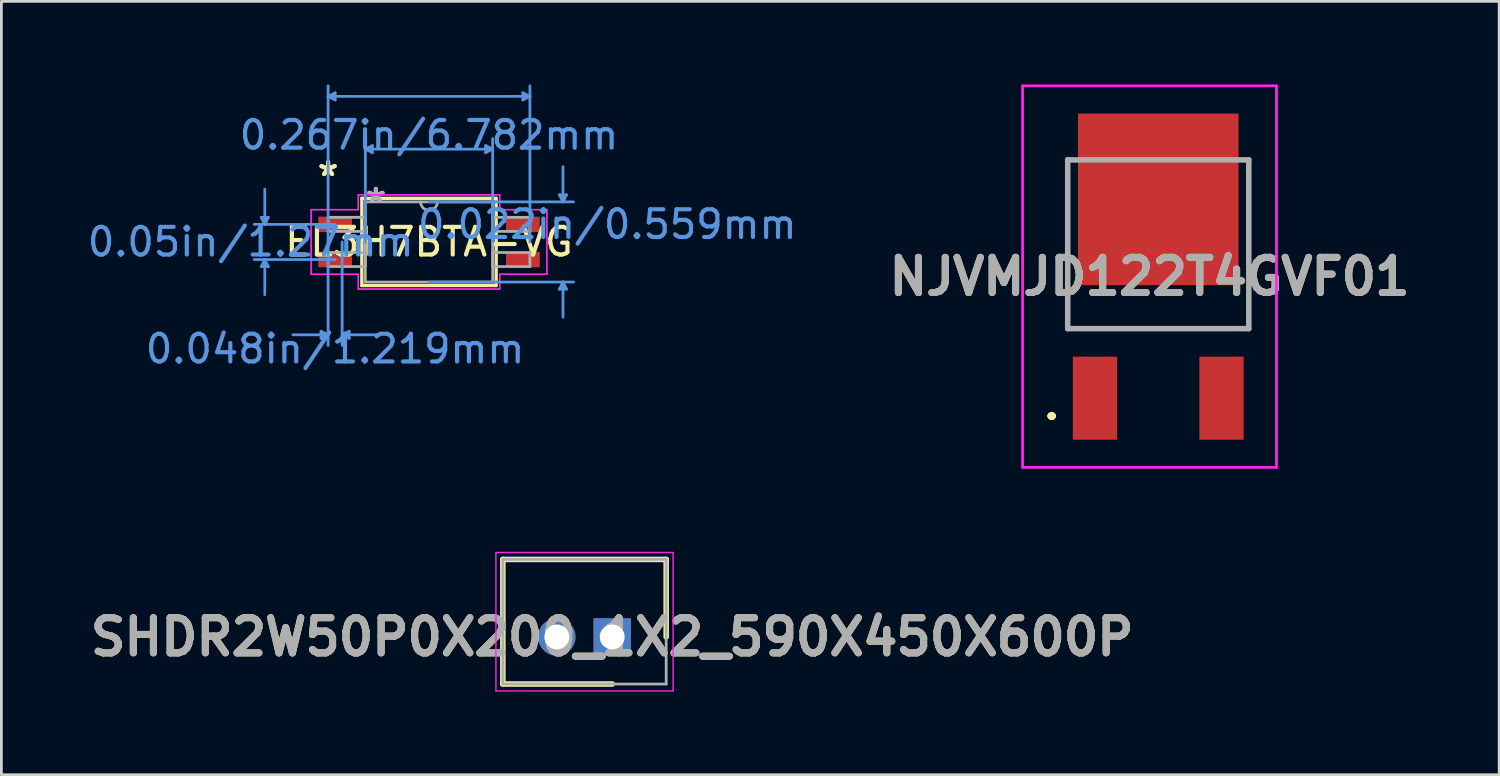
<source format=kicad_pcb>
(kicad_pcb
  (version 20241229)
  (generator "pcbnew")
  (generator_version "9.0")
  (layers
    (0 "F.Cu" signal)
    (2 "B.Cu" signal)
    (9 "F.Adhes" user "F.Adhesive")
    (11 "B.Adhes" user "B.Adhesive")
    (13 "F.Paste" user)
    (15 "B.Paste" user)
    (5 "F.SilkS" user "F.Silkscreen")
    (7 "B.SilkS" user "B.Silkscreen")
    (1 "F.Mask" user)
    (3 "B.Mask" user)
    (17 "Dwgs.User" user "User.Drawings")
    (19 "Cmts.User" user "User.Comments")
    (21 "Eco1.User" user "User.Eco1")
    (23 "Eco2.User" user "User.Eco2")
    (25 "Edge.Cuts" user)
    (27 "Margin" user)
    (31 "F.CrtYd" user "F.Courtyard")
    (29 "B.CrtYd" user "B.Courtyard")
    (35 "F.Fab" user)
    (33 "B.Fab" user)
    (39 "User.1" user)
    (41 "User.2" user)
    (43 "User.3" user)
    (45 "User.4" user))
  (footprint "SHDR2W50P0X200_1X2_590X450X600P"
    (layer "F.Cu")
    (at 19.062 19.956)
    (property "Reference" "SHDR2W50P0X200_1X2_590X450X600P" (at 0 0 0) (layer "F.SilkS") (effects (font (size 1.27 1.27) (thickness 0.254))))
    (attr through_hole)
    (fp_line (start -3.95 -2.8) (end 1.95 -2.8) (stroke (width 0.2) (type solid)) (layer "F.SilkS"))
    (fp_line (start -3.95 1.7) (end -3.95 -2.8) (stroke (width 0.2) (type solid)) (layer "F.SilkS"))
    (fp_line (start 0 1.7) (end -3.95 1.7) (stroke (width 0.2) (type solid)) (layer "F.SilkS"))
    (fp_line (start 1.95 -2.8) (end 1.95 0) (stroke (width 0.2) (type solid)) (layer "F.SilkS"))
    (fp_line (start -4.2 -3.05) (end 2.2 -3.05) (stroke (width 0.05) (type solid)) (layer "F.CrtYd"))
    (fp_line (start -4.2 1.95) (end -4.2 -3.05) (stroke (width 0.05) (type solid)) (layer "F.CrtYd"))
    (fp_line (start 2.2 -3.05) (end 2.2 1.95) (stroke (width 0.05) (type solid)) (layer "F.CrtYd"))
    (fp_line (start 2.2 1.95) (end -4.2 1.95) (stroke (width 0.05) (type solid)) (layer "F.CrtYd"))
    (fp_line (start -3.95 -2.8) (end 1.95 -2.8) (stroke (width 0.1) (type solid)) (layer "F.Fab"))
    (fp_line (start -3.95 1.7) (end -3.95 -2.8) (stroke (width 0.1) (type solid)) (layer "F.Fab"))
    (fp_line (start 1.95 -2.8) (end 1.95 1.7) (stroke (width 0.1) (type solid)) (layer "F.Fab"))
    (fp_line (start 1.95 1.7) (end -3.95 1.7) (stroke (width 0.1) (type solid)) (layer "F.Fab"))
    (fp_text user "${REFERENCE}" (at 0 0 0) (layer "F.Fab") (effects (font (size 1.27 1.27) (thickness 0.254))))
    (pad "1" thru_hole rect (at 0 0) (size 1.35 1.35) (drill 0.9) (layers "*.Cu" "*.Mask"))
    (pad "2" thru_hole circle (at -2 0) (size 1.35 1.35) (drill 0.9) (layers "*.Cu" "*.Mask")))
  (footprint "EL3H7BTA-VG"
    (layer "F.Cu")
    (at 12.445 5.689)
    (property "Reference" "EL3H7BTA-VG" (at 0 0 0) (layer "F.SilkS") (effects (font (size 1 1) (thickness 0.15))))
    (attr through_hole)
    (fp_line (start -2.426 -1.575) (end -2.426 1.575) (stroke (width 0.12) (type solid)) (layer "F.SilkS"))
    (fp_line (start -2.426 1.575) (end 2.426 1.575) (stroke (width 0.12) (type solid)) (layer "F.SilkS"))
    (fp_line (start 2.426 -1.575) (end -2.426 -1.575) (stroke (width 0.12) (type solid)) (layer "F.SilkS"))
    (fp_line (start 2.426 1.575) (end 2.426 -1.575) (stroke (width 0.12) (type solid)) (layer "F.SilkS"))
    (fp_line (start -6.058 -0.889) (end -5.804 -0.889) (stroke (width 0.1) (type solid)) (layer "Cmts.User"))
    (fp_line (start -6.058 0.889) (end -5.804 0.889) (stroke (width 0.1) (type solid)) (layer "Cmts.User"))
    (fp_line (start -5.931 -0.635) (end -6.058 -0.889) (stroke (width 0.1) (type solid)) (layer "Cmts.User"))
    (fp_line (start -5.931 -0.635) (end -5.931 -1.905) (stroke (width 0.1) (type solid)) (layer "Cmts.User"))
    (fp_line (start -5.931 -0.635) (end -5.804 -0.889) (stroke (width 0.1) (type solid)) (layer "Cmts.User"))
    (fp_line (start -5.931 0.635) (end -6.058 0.889) (stroke (width 0.1) (type solid)) (layer "Cmts.User"))
    (fp_line (start -5.931 0.635) (end -5.931 1.905) (stroke (width 0.1) (type solid)) (layer "Cmts.User"))
    (fp_line (start -5.931 0.635) (end -5.804 0.889) (stroke (width 0.1) (type solid)) (layer "Cmts.User"))
    (fp_line (start -3.899 3.226) (end -3.899 3.48) (stroke (width 0.1) (type solid)) (layer "Cmts.User"))
    (fp_line (start -3.645 -5.258) (end -3.391 -5.385) (stroke (width 0.1) (type solid)) (layer "Cmts.User"))
    (fp_line (start -3.645 -5.258) (end -3.391 -5.131) (stroke (width 0.1) (type solid)) (layer "Cmts.User"))
    (fp_line (start -3.645 -5.258) (end 3.645 -5.258) (stroke (width 0.1) (type solid)) (layer "Cmts.User"))
    (fp_line (start -3.645 0) (end -3.645 -5.639) (stroke (width 0.1) (type solid)) (layer "Cmts.User"))
    (fp_line (start -3.645 0) (end -3.645 3.734) (stroke (width 0.1) (type solid)) (layer "Cmts.User"))
    (fp_line (start -3.645 3.353) (end -4.915 3.353) (stroke (width 0.1) (type solid)) (layer "Cmts.User"))
    (fp_line (start -3.645 3.353) (end -3.899 3.226) (stroke (width 0.1) (type solid)) (layer "Cmts.User"))
    (fp_line (start -3.645 3.353) (end -3.899 3.48) (stroke (width 0.1) (type solid)) (layer "Cmts.User"))
    (fp_line (start -3.391 -5.385) (end -3.391 -5.131) (stroke (width 0.1) (type solid)) (layer "Cmts.User"))
    (fp_line (start -3.391 -0.635) (end -6.312 -0.635) (stroke (width 0.1) (type solid)) (layer "Cmts.User"))
    (fp_line (start -3.391 0.635) (end -6.312 0.635) (stroke (width 0.1) (type solid)) (layer "Cmts.User"))
    (fp_line (start -3.137 0) (end -3.137 3.734) (stroke (width 0.1) (type solid)) (layer "Cmts.User"))
    (fp_line (start -3.137 3.353) (end -2.883 3.226) (stroke (width 0.1) (type solid)) (layer "Cmts.User"))
    (fp_line (start -3.137 3.353) (end -2.883 3.48) (stroke (width 0.1) (type solid)) (layer "Cmts.User"))
    (fp_line (start -3.137 3.353) (end -1.867 3.353) (stroke (width 0.1) (type solid)) (layer "Cmts.User"))
    (fp_line (start -2.883 3.226) (end -2.883 3.48) (stroke (width 0.1) (type solid)) (layer "Cmts.User"))
    (fp_line (start -2.299 -3.353) (end -2.045 -3.48) (stroke (width 0.1) (type solid)) (layer "Cmts.User"))
    (fp_line (start -2.299 -3.353) (end -2.045 -3.226) (stroke (width 0.1) (type solid)) (layer "Cmts.User"))
    (fp_line (start -2.299 -3.353) (end 2.299 -3.353) (stroke (width 0.1) (type solid)) (layer "Cmts.User"))
    (fp_line (start -2.299 0) (end -2.299 -3.734) (stroke (width 0.1) (type solid)) (layer "Cmts.User"))
    (fp_line (start -2.045 -3.48) (end -2.045 -3.226) (stroke (width 0.1) (type solid)) (layer "Cmts.User"))
    (fp_line (start 0 -1.448) (end 5.22 -1.448) (stroke (width 0.1) (type solid)) (layer "Cmts.User"))
    (fp_line (start 0 1.448) (end 5.22 1.448) (stroke (width 0.1) (type solid)) (layer "Cmts.User"))
    (fp_line (start 2.045 -3.48) (end 2.045 -3.226) (stroke (width 0.1) (type solid)) (layer "Cmts.User"))
    (fp_line (start 2.299 -3.353) (end 2.045 -3.48) (stroke (width 0.1) (type solid)) (layer "Cmts.User"))
    (fp_line (start 2.299 -3.353) (end 2.045 -3.226) (stroke (width 0.1) (type solid)) (layer "Cmts.User"))
    (fp_line (start 2.299 0) (end 2.299 -3.734) (stroke (width 0.1) (type solid)) (layer "Cmts.User"))
    (fp_line (start 3.391 -5.385) (end 3.391 -5.131) (stroke (width 0.1) (type solid)) (layer "Cmts.User"))
    (fp_line (start 3.645 -5.258) (end 3.391 -5.385) (stroke (width 0.1) (type solid)) (layer "Cmts.User"))
    (fp_line (start 3.645 -5.258) (end 3.391 -5.131) (stroke (width 0.1) (type solid)) (layer "Cmts.User"))
    (fp_line (start 3.645 0) (end 3.645 -5.639) (stroke (width 0.1) (type solid)) (layer "Cmts.User"))
    (fp_line (start 4.712 -1.702) (end 4.966 -1.702) (stroke (width 0.1) (type solid)) (layer "Cmts.User"))
    (fp_line (start 4.712 1.702) (end 4.966 1.702) (stroke (width 0.1) (type solid)) (layer "Cmts.User"))
    (fp_line (start 4.839 -1.448) (end 4.712 -1.702) (stroke (width 0.1) (type solid)) (layer "Cmts.User"))
    (fp_line (start 4.839 -1.448) (end 4.839 -2.718) (stroke (width 0.1) (type solid)) (layer "Cmts.User"))
    (fp_line (start 4.839 -1.448) (end 4.966 -1.702) (stroke (width 0.1) (type solid)) (layer "Cmts.User"))
    (fp_line (start 4.839 1.448) (end 4.712 1.702) (stroke (width 0.1) (type solid)) (layer "Cmts.User"))
    (fp_line (start 4.839 1.448) (end 4.839 2.718) (stroke (width 0.1) (type solid)) (layer "Cmts.User"))
    (fp_line (start 4.839 1.448) (end 4.966 1.702) (stroke (width 0.1) (type solid)) (layer "Cmts.User"))
    (fp_line (start -4.255 -1.168) (end -2.553 -1.168) (stroke (width 0.05) (type solid)) (layer "F.CrtYd"))
    (fp_line (start -4.255 -1.168) (end -2.553 -1.168) (stroke (width 0.05) (type solid)) (layer "F.CrtYd"))
    (fp_line (start -4.255 1.168) (end -4.255 -1.168) (stroke (width 0.05) (type solid)) (layer "F.CrtYd"))
    (fp_line (start -4.255 1.168) (end -4.255 -1.168) (stroke (width 0.05) (type solid)) (layer "F.CrtYd"))
    (fp_line (start -4.255 1.168) (end -2.553 1.168) (stroke (width 0.05) (type solid)) (layer "F.CrtYd"))
    (fp_line (start -2.553 -1.702) (end 2.553 -1.702) (stroke (width 0.05) (type solid)) (layer "F.CrtYd"))
    (fp_line (start -2.553 -1.702) (end 2.553 -1.702) (stroke (width 0.05) (type solid)) (layer "F.CrtYd"))
    (fp_line (start -2.553 -1.168) (end -2.553 -1.702) (stroke (width 0.05) (type solid)) (layer "F.CrtYd"))
    (fp_line (start -2.553 -1.168) (end -2.553 -1.702) (stroke (width 0.05) (type solid)) (layer "F.CrtYd"))
    (fp_line (start -2.553 1.168) (end -4.255 1.168) (stroke (width 0.05) (type solid)) (layer "F.CrtYd"))
    (fp_line (start -2.553 1.702) (end -2.553 1.168) (stroke (width 0.05) (type solid)) (layer "F.CrtYd"))
    (fp_line (start -2.553 1.702) (end -2.553 1.168) (stroke (width 0.05) (type solid)) (layer "F.CrtYd"))
    (fp_line (start 2.553 -1.702) (end 2.553 -1.168) (stroke (width 0.05) (type solid)) (layer "F.CrtYd"))
    (fp_line (start 2.553 -1.702) (end 2.553 -1.168) (stroke (width 0.05) (type solid)) (layer "F.CrtYd"))
    (fp_line (start 2.553 -1.168) (end 4.255 -1.168) (stroke (width 0.05) (type solid)) (layer "F.CrtYd"))
    (fp_line (start 2.553 1.168) (end 2.553 1.702) (stroke (width 0.05) (type solid)) (layer "F.CrtYd"))
    (fp_line (start 2.553 1.168) (end 2.553 1.702) (stroke (width 0.05) (type solid)) (layer "F.CrtYd"))
    (fp_line (start 2.553 1.702) (end -2.553 1.702) (stroke (width 0.05) (type solid)) (layer "F.CrtYd"))
    (fp_line (start 2.553 1.702) (end -2.553 1.702) (stroke (width 0.05) (type solid)) (layer "F.CrtYd"))
    (fp_line (start 4.255 -1.168) (end 2.553 -1.168) (stroke (width 0.05) (type solid)) (layer "F.CrtYd"))
    (fp_line (start 4.255 -1.168) (end 4.255 1.168) (stroke (width 0.05) (type solid)) (layer "F.CrtYd"))
    (fp_line (start 4.255 -1.168) (end 4.255 1.168) (stroke (width 0.05) (type solid)) (layer "F.CrtYd"))
    (fp_line (start 4.255 1.168) (end 2.553 1.168) (stroke (width 0.05) (type solid)) (layer "F.CrtYd"))
    (fp_line (start 4.255 1.168) (end 2.553 1.168) (stroke (width 0.05) (type solid)) (layer "F.CrtYd"))
    (fp_line (start -3.645 -0.889) (end -3.645 -0.381) (stroke (width 0.1) (type solid)) (layer "F.Fab"))
    (fp_line (start -3.645 -0.381) (end -2.299 -0.381) (stroke (width 0.1) (type solid)) (layer "F.Fab"))
    (fp_line (start -3.645 0.381) (end -3.645 0.889) (stroke (width 0.1) (type solid)) (layer "F.Fab"))
    (fp_line (start -3.645 0.889) (end -2.299 0.889) (stroke (width 0.1) (type solid)) (layer "F.Fab"))
    (fp_line (start -2.299 -1.448) (end -2.299 1.448) (stroke (width 0.1) (type solid)) (layer "F.Fab"))
    (fp_line (start -2.299 -0.889) (end -3.645 -0.889) (stroke (width 0.1) (type solid)) (layer "F.Fab"))
    (fp_line (start -2.299 -0.381) (end -2.299 -0.889) (stroke (width 0.1) (type solid)) (layer "F.Fab"))
    (fp_line (start -2.299 0.381) (end -3.645 0.381) (stroke (width 0.1) (type solid)) (layer "F.Fab"))
    (fp_line (start -2.299 0.889) (end -2.299 0.381) (stroke (width 0.1) (type solid)) (layer "F.Fab"))
    (fp_line (start -2.299 1.448) (end 2.299 1.448) (stroke (width 0.1) (type solid)) (layer "F.Fab"))
    (fp_line (start 2.299 -1.448) (end -2.299 -1.448) (stroke (width 0.1) (type solid)) (layer "F.Fab"))
    (fp_line (start 2.299 -0.889) (end 2.299 -0.381) (stroke (width 0.1) (type solid)) (layer "F.Fab"))
    (fp_line (start 2.299 -0.381) (end 3.645 -0.381) (stroke (width 0.1) (type solid)) (layer "F.Fab"))
    (fp_line (start 2.299 0.381) (end 2.299 0.889) (stroke (width 0.1) (type solid)) (layer "F.Fab"))
    (fp_line (start 2.299 0.889) (end 3.645 0.889) (stroke (width 0.1) (type solid)) (layer "F.Fab"))
    (fp_line (start 2.299 1.448) (end 2.299 -1.448) (stroke (width 0.1) (type solid)) (layer "F.Fab"))
    (fp_line (start 3.645 -0.889) (end 2.299 -0.889) (stroke (width 0.1) (type solid)) (layer "F.Fab"))
    (fp_line (start 3.645 -0.381) (end 3.645 -0.889) (stroke (width 0.1) (type solid)) (layer "F.Fab"))
    (fp_line (start 3.645 0.381) (end 2.299 0.381) (stroke (width 0.1) (type solid)) (layer "F.Fab"))
    (fp_line (start 3.645 0.889) (end 3.645 0.381) (stroke (width 0.1) (type solid)) (layer "F.Fab"))
    (fp_arc (start 0.3048 -1.4478) (mid 0 -1.143) (end -0.3048 -1.4478) (stroke (width 0.1) (type solid)) (layer "F.Fab"))
    (fp_text user "*" (at -3.645 -2.337 0) (layer "F.SilkS") (effects (font (size 1 1) (thickness 0.15))))
    (fp_text user "*" (at -3.645 -2.337 0) (layer "F.SilkS") (effects (font (size 1 1) (thickness 0.15))))
    (fp_text user "0.267in/6.782mm" (at 0 -3.861 0) (layer "Cmts.User") (effects (font (size 1 1) (thickness 0.15))))
    (fp_text user "0.05in/1.27mm" (at -6.439 0 0) (layer "Cmts.User") (effects (font (size 1 1) (thickness 0.15))))
    (fp_text user "0.048in/1.219mm" (at -3.391 3.861 0) (layer "Cmts.User") (effects (font (size 1 1) (thickness 0.15))))
    (fp_text user "0.022in/0.559mm" (at 6.439 -0.635 0) (layer "Cmts.User") (effects (font (size 1 1) (thickness 0.15))))
    (fp_text user "Copyright 2021 Accelerated Designs. All rights reserved." (at 0 0 0) (layer "Cmts.User") (effects (font (size 0.127 0.127) (thickness 0.002))))
    (fp_text user "*" (at -1.918 -1.372 0) (layer "F.Fab") (effects (font (size 1 1) (thickness 0.15))))
    (fp_text user "*" (at -1.918 -1.372 0) (layer "F.Fab") (effects (font (size 1 1) (thickness 0.15))))
    (pad "1" smd rect (at -3.391 -0.635) (size 1.219 0.559) (layers "F.Cu" "F.Mask" "F.Paste"))
    (pad "2" smd rect (at -3.391 0.635) (size 1.219 0.559) (layers "F.Cu" "F.Mask" "F.Paste"))
    (pad "3" smd rect (at 3.391 0.635) (size 1.219 0.559) (layers "F.Cu" "F.Mask" "F.Paste"))
    (pad "4" smd rect (at 3.391 -0.635) (size 1.219 0.559) (layers "F.Cu" "F.Mask" "F.Paste")))
  (footprint "NJVMJD122T4GVF01"
    (layer "F.Cu")
    (at 38.785 5.773)
    (property "Reference" "NJVMJD122T4GVF01" (at -0.315 1.168 0) (layer "F.SilkS") (effects (font (size 1.27 1.27) (thickness 0.254))))
    (attr smd)
    (fp_line (start -3.9 6.2) (end -3.9 6.2) (stroke (width 0.2) (type solid)) (layer "F.SilkS"))
    (fp_line (start -3.9 6.2) (end -3.9 6.2) (stroke (width 0.2) (type solid)) (layer "F.SilkS"))
    (fp_line (start -3.8 6.2) (end -3.8 6.2) (stroke (width 0.2) (type solid)) (layer "F.SilkS"))
    (fp_line (start -3.27 2.308) (end -3.27 2.308) (stroke (width 0.1) (type solid)) (layer "F.SilkS"))
    (fp_line (start -3.27 2.308) (end -3.27 3.058) (stroke (width 0.1) (type solid)) (layer "F.SilkS"))
    (fp_line (start -3.27 3.047) (end -3.27 3.047) (stroke (width 0.1) (type solid)) (layer "F.SilkS"))
    (fp_line (start -3.27 3.047) (end 3.27 3.047) (stroke (width 0.1) (type solid)) (layer "F.SilkS"))
    (fp_line (start -3.27 3.058) (end -3.27 2.308) (stroke (width 0.1) (type solid)) (layer "F.SilkS"))
    (fp_line (start -3.27 3.058) (end -3.27 3.058) (stroke (width 0.1) (type solid)) (layer "F.SilkS"))
    (fp_line (start 3.27 2.308) (end 3.27 2.308) (stroke (width 0.1) (type solid)) (layer "F.SilkS"))
    (fp_line (start 3.27 2.308) (end 3.27 3.058) (stroke (width 0.1) (type solid)) (layer "F.SilkS"))
    (fp_line (start 3.27 3.047) (end -3.27 3.047) (stroke (width 0.1) (type solid)) (layer "F.SilkS"))
    (fp_line (start 3.27 3.047) (end 3.27 3.047) (stroke (width 0.1) (type solid)) (layer "F.SilkS"))
    (fp_line (start 3.27 3.058) (end 3.27 2.308) (stroke (width 0.1) (type solid)) (layer "F.SilkS"))
    (fp_line (start 3.27 3.058) (end 3.27 3.058) (stroke (width 0.1) (type solid)) (layer "F.SilkS"))
    (fp_arc (start -3.9 6.2) (mid -3.85 6.15) (end -3.8 6.2) (stroke (width 0.2) (type solid)) (layer "F.SilkS"))
    (fp_arc (start -3.8 6.2) (mid -3.85 6.25) (end -3.9 6.2) (stroke (width 0.2) (type solid)) (layer "F.SilkS"))
    (fp_arc (start -3.8 6.2) (mid -3.85 6.25) (end -3.9 6.2) (stroke (width 0.2) (type solid)) (layer "F.SilkS"))
    (fp_line (start -4.9 -5.723) (end 4.27 -5.723) (stroke (width 0.1) (type solid)) (layer "F.CrtYd"))
    (fp_line (start -4.9 8.058) (end -4.9 -5.723) (stroke (width 0.1) (type solid)) (layer "F.CrtYd"))
    (fp_line (start 4.27 -5.723) (end 4.27 8.058) (stroke (width 0.1) (type solid)) (layer "F.CrtYd"))
    (fp_line (start 4.27 8.058) (end -4.9 8.058) (stroke (width 0.1) (type solid)) (layer "F.CrtYd"))
    (fp_line (start -3.27 -3.048) (end -3.27 3.047) (stroke (width 0.2) (type solid)) (layer "F.Fab"))
    (fp_line (start -3.27 3.047) (end 3.27 3.047) (stroke (width 0.2) (type solid)) (layer "F.Fab"))
    (fp_line (start 3.27 -3.048) (end -3.27 -3.048) (stroke (width 0.2) (type solid)) (layer "F.Fab"))
    (fp_line (start 3.27 3.047) (end 3.27 -3.048) (stroke (width 0.2) (type solid)) (layer "F.Fab"))
    (fp_text user "${REFERENCE}" (at -0.315 1.168 0) (layer "F.Fab") (effects (font (size 1.27 1.27) (thickness 0.254))))
    (pad "1" smd rect (at -2.285 5.558) (size 1.6 3) (layers "F.Cu" "F.Mask" "F.Paste"))
    (pad "3" smd rect (at 2.285 5.558) (size 1.6 3) (layers "F.Cu" "F.Mask" "F.Paste"))
    (pad "4" smd rect (at 0 -1.622) (size 5.8 6.2) (layers "F.Cu" "F.Mask" "F.Paste")))
  (gr_rect
    (start -3 -3)
    (end 51.098 24.931)
    (stroke (width 0.1) (type default))
    (fill no)
    (layer "Edge.Cuts")))
</source>
